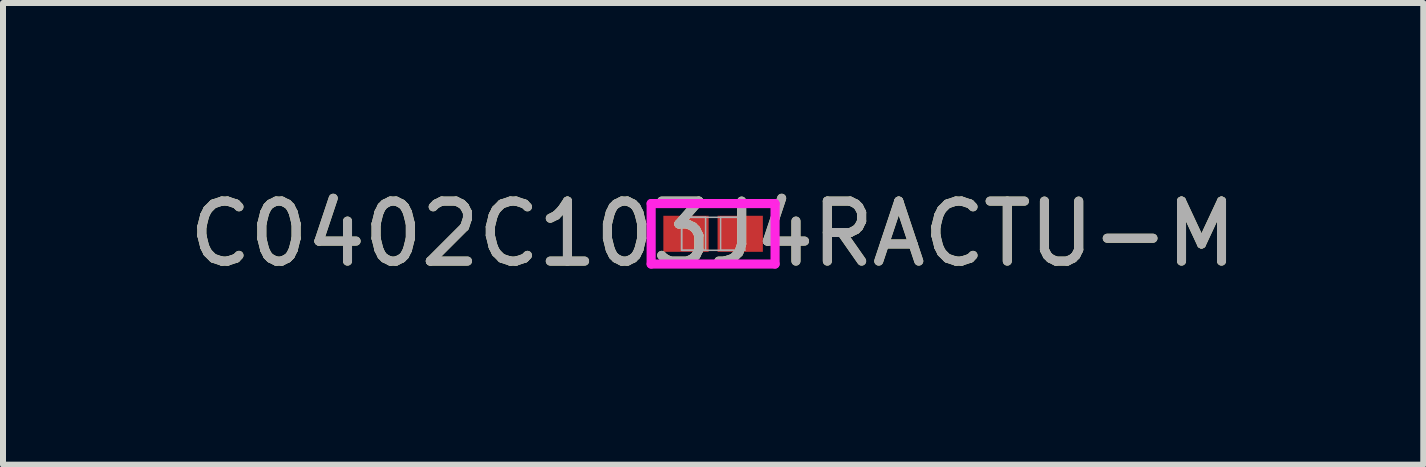
<source format=kicad_pcb>
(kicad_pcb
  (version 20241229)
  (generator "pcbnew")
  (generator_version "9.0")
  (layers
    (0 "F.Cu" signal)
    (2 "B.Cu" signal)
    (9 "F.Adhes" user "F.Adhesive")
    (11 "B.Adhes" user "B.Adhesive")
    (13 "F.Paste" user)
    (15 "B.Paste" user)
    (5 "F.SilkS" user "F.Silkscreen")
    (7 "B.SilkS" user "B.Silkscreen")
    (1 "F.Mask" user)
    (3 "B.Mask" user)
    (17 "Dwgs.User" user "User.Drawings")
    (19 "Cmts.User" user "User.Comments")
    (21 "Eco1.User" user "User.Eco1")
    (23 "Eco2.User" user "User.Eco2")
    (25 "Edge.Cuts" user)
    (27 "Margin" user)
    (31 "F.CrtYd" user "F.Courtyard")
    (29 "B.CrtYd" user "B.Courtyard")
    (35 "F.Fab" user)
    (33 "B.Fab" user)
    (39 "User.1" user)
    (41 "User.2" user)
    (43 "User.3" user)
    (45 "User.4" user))
  (footprint "C0402C103J4RACTU-M"
    (layer "F.Cu")
    (at 8.839 0.848)
    (property "Reference" "C0402C103J4RACTU-M" (at 0 0 0) (unlocked yes) (layer "F.SilkS") (effects (font (size 1 1) (thickness 0.15))))
    (attr smd)
    (fp_line (start -1.033 -0.504) (end 1.033 -0.504) (stroke (width 0.152) (type solid)) (layer "F.CrtYd"))
    (fp_line (start -1.033 0.504) (end -1.033 -0.504) (stroke (width 0.152) (type solid)) (layer "F.CrtYd"))
    (fp_line (start 1.033 -0.504) (end 1.033 0.504) (stroke (width 0.152) (type solid)) (layer "F.CrtYd"))
    (fp_line (start 1.033 0.504) (end -1.033 0.504) (stroke (width 0.152) (type solid)) (layer "F.CrtYd"))
    (fp_line (start -0.525 -0.275) (end -0.525 0.275) (stroke (width 0.025) (type solid)) (layer "F.Fab"))
    (fp_line (start -0.525 -0.275) (end -0.525 0.275) (stroke (width 0.025) (type solid)) (layer "F.Fab"))
    (fp_line (start -0.525 0.275) (end -0.125 0.275) (stroke (width 0.025) (type solid)) (layer "F.Fab"))
    (fp_line (start -0.525 0.275) (end 0.525 0.275) (stroke (width 0.025) (type solid)) (layer "F.Fab"))
    (fp_line (start -0.125 -0.275) (end -0.525 -0.275) (stroke (width 0.025) (type solid)) (layer "F.Fab"))
    (fp_line (start -0.125 0.275) (end -0.125 -0.275) (stroke (width 0.025) (type solid)) (layer "F.Fab"))
    (fp_line (start 0.125 -0.275) (end 0.125 0.275) (stroke (width 0.025) (type solid)) (layer "F.Fab"))
    (fp_line (start 0.125 0.275) (end 0.525 0.275) (stroke (width 0.025) (type solid)) (layer "F.Fab"))
    (fp_line (start 0.525 -0.275) (end -0.525 -0.275) (stroke (width 0.025) (type solid)) (layer "F.Fab"))
    (fp_line (start 0.525 -0.275) (end 0.125 -0.275) (stroke (width 0.025) (type solid)) (layer "F.Fab"))
    (fp_line (start 0.525 0.275) (end 0.525 -0.275) (stroke (width 0.025) (type solid)) (layer "F.Fab"))
    (fp_line (start 0.525 0.275) (end 0.525 -0.275) (stroke (width 0.025) (type solid)) (layer "F.Fab"))
    (fp_text user "${REFERENCE}" (at 0 0 0) (unlocked yes) (layer "F.Fab") (effects (font (size 1 1) (thickness 0.15))))
    (pad "1" smd rect (at -0.452 0) (size 0.755 0.601) (layers "F.Cu" "F.Mask" "F.Paste"))
    (pad "2" smd rect (at 0.452 0) (size 0.755 0.601) (layers "F.Cu" "F.Mask" "F.Paste"))
    (zone (net_name "") (layer "F.Cu") (hatch full 0.508) (connect_pads) (min_thickness 0.254) (filled_areas_thickness no) (keepout (tracks not_allowed) (vias not_allowed) (pads allowed) (copperpour not_allowed) (footprints allowed)) (placement (enabled no)) (fill) (polygon (pts (xy 8.815 0.624) (xy 8.863 0.624) (xy 8.863 1.072) (xy 8.815 1.072)))))
  (gr_rect
    (start -3 -3)
    (end 20.679 4.697)
    (stroke (width 0.1) (type default))
    (fill no)
    (layer "Edge.Cuts")))
</source>
